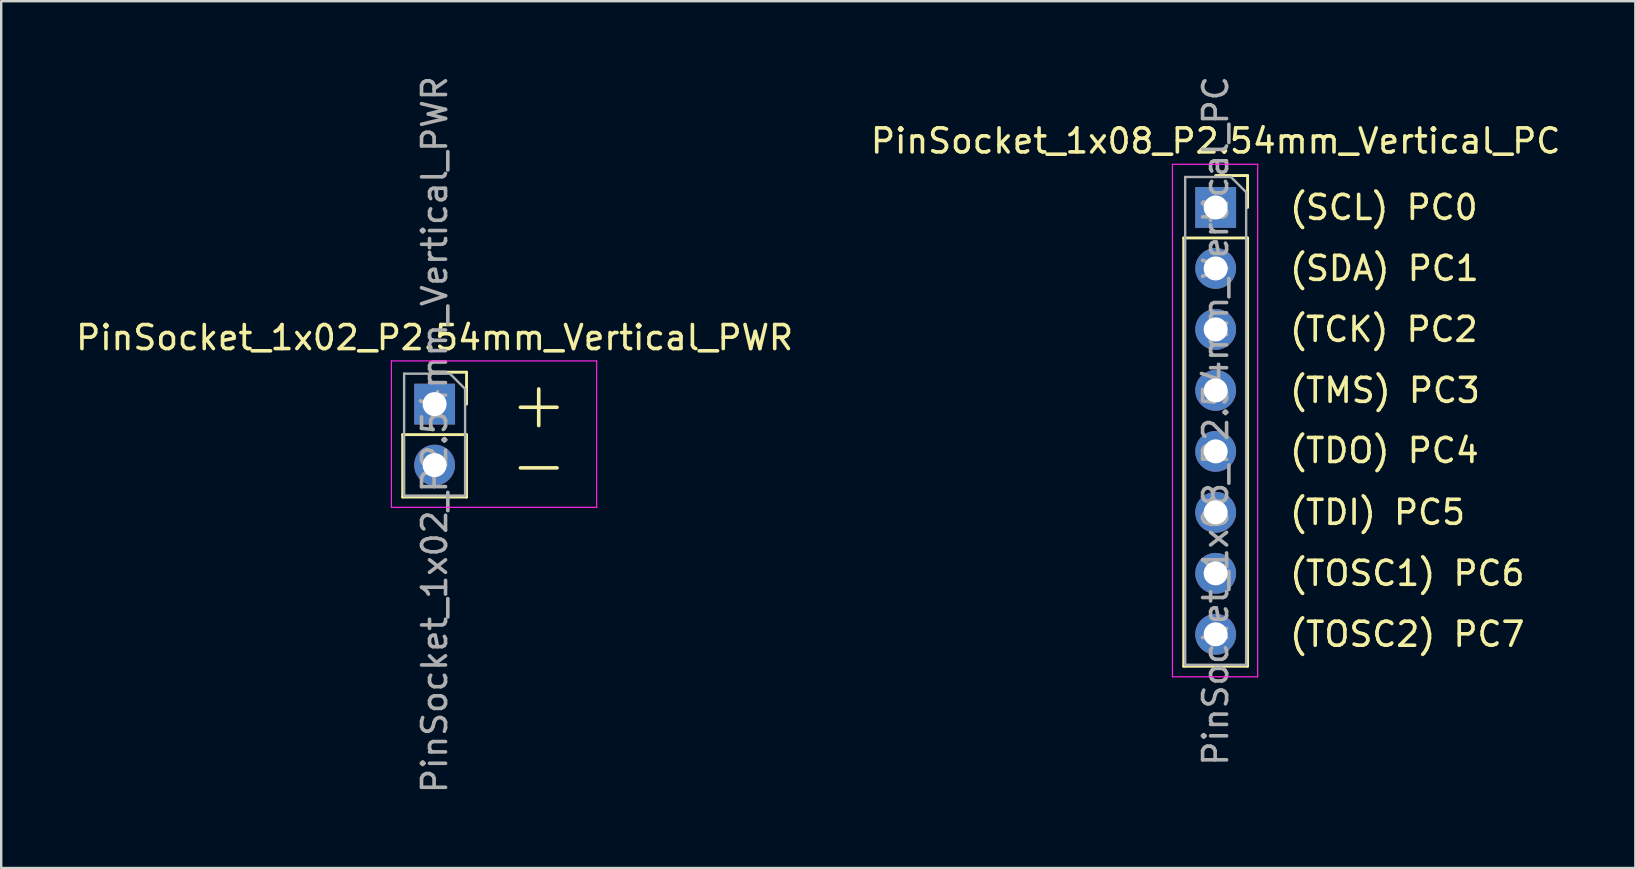
<source format=kicad_pcb>
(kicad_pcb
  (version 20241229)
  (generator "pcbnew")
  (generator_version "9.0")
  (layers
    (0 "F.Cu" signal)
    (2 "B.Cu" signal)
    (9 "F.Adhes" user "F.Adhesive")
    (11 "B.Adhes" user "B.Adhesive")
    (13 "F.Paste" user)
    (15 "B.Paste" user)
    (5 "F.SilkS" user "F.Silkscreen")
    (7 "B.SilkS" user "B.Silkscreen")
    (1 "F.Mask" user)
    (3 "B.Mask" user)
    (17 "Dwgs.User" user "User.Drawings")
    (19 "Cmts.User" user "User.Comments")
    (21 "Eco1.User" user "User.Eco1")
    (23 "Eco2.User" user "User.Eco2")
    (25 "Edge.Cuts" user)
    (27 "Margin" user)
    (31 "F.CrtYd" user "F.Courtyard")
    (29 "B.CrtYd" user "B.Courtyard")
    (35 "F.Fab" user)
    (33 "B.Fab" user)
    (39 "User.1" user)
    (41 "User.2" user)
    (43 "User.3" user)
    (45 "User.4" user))
  (footprint "PinSocket_1x08_P2.54mm_Vertical_PC"
    (layer "F.Cu")
    (at 47.589 5.592)
    (property "Reference" "PinSocket_1x08_P2.54mm_Vertical_PC" (at 0 -2.77 0) (layer "F.SilkS") (effects (font (size 1 1) (thickness 0.15))))
    (attr through_hole)
    (fp_line (start -1.33 1.27) (end -1.33 19.11) (stroke (width 0.12) (type solid)) (layer "F.SilkS"))
    (fp_line (start -1.33 1.27) (end 1.33 1.27) (stroke (width 0.12) (type solid)) (layer "F.SilkS"))
    (fp_line (start -1.33 19.11) (end 1.33 19.11) (stroke (width 0.12) (type solid)) (layer "F.SilkS"))
    (fp_line (start 0 -1.33) (end 1.33 -1.33) (stroke (width 0.12) (type solid)) (layer "F.SilkS"))
    (fp_line (start 1.33 -1.33) (end 1.33 0) (stroke (width 0.12) (type solid)) (layer "F.SilkS"))
    (fp_line (start 1.33 1.27) (end 1.33 19.11) (stroke (width 0.12) (type solid)) (layer "F.SilkS"))
    (fp_line (start -1.8 -1.8) (end 1.75 -1.8) (stroke (width 0.05) (type solid)) (layer "F.CrtYd"))
    (fp_line (start -1.8 19.55) (end -1.8 -1.8) (stroke (width 0.05) (type solid)) (layer "F.CrtYd"))
    (fp_line (start 1.75 -1.8) (end 1.75 19.55) (stroke (width 0.05) (type solid)) (layer "F.CrtYd"))
    (fp_line (start 1.75 19.55) (end -1.8 19.55) (stroke (width 0.05) (type solid)) (layer "F.CrtYd"))
    (fp_line (start -1.27 -1.27) (end 0.635 -1.27) (stroke (width 0.1) (type solid)) (layer "F.Fab"))
    (fp_line (start -1.27 19.05) (end -1.27 -1.27) (stroke (width 0.1) (type solid)) (layer "F.Fab"))
    (fp_line (start 0.635 -1.27) (end 1.27 -0.635) (stroke (width 0.1) (type solid)) (layer "F.Fab"))
    (fp_line (start 1.27 -0.635) (end 1.27 19.05) (stroke (width 0.1) (type solid)) (layer "F.Fab"))
    (fp_line (start 1.27 19.05) (end -1.27 19.05) (stroke (width 0.1) (type solid)) (layer "F.Fab"))
    (fp_text user "(SDA) PC1" (at 3 2.54 0) (layer "F.SilkS") (effects (font (size 1 1) (thickness 0.15)) (justify left)))
    (fp_text user "(SCL) PC0" (at 3 0 0) (layer "F.SilkS") (effects (font (size 1 1) (thickness 0.15)) (justify left)))
    (fp_text user "(TDI) PC5" (at 3 12.7 0) (layer "F.SilkS") (effects (font (size 1 1) (thickness 0.15)) (justify left)))
    (fp_text user "(TMS) PC3" (at 3 7.62 0) (layer "F.SilkS") (effects (font (size 1 1) (thickness 0.15)) (justify left)))
    (fp_text user "(TDO) PC4" (at 3 10.125 0) (layer "F.SilkS") (effects (font (size 1 1) (thickness 0.15)) (justify left)))
    (fp_text user "(TCK) PC2" (at 3 5.08 0) (layer "F.SilkS") (effects (font (size 1 1) (thickness 0.15)) (justify left)))
    (fp_text user "(TOSC2) PC7" (at 3 17.78 0) (layer "F.SilkS") (effects (font (size 1 1) (thickness 0.15)) (justify left)))
    (fp_text user "(TOSC1) PC6" (at 3 15.24 0) (layer "F.SilkS") (effects (font (size 1 1) (thickness 0.15)) (justify left)))
    (fp_text user "${REFERENCE}" (at 0 8.89 90) (layer "F.Fab") (effects (font (size 1 1) (thickness 0.15))))
    (pad "1" thru_hole rect (at 0 0) (size 1.7 1.7) (drill 1) (layers "*.Cu" "*.Mask"))
    (pad "2" thru_hole oval (at 0 2.54) (size 1.7 1.7) (drill 1) (layers "*.Cu" "*.Mask"))
    (pad "3" thru_hole oval (at 0 5.08) (size 1.7 1.7) (drill 1) (layers "*.Cu" "*.Mask"))
    (pad "4" thru_hole oval (at 0 7.62) (size 1.7 1.7) (drill 1) (layers "*.Cu" "*.Mask"))
    (pad "5" thru_hole oval (at 0 10.16) (size 1.7 1.7) (drill 1) (layers "*.Cu" "*.Mask"))
    (pad "6" thru_hole oval (at 0 12.7) (size 1.7 1.7) (drill 1) (layers "*.Cu" "*.Mask"))
    (pad "7" thru_hole oval (at 0 15.24) (size 1.7 1.7) (drill 1) (layers "*.Cu" "*.Mask"))
    (pad "8" thru_hole oval (at 0 17.78) (size 1.7 1.7) (drill 1) (layers "*.Cu" "*.Mask")))
  (footprint "PinSocket_1x02_P2.54mm_Vertical_PWR"
    (layer "F.Cu")
    (at 15.054 13.784)
    (property "Reference" "PinSocket_1x02_P2.54mm_Vertical_PWR" (at 0 -2.77 0) (layer "F.SilkS") (effects (font (size 1 1) (thickness 0.15))))
    (attr through_hole)
    (fp_line (start -1.33 1.27) (end -1.33 3.87) (stroke (width 0.12) (type solid)) (layer "F.SilkS"))
    (fp_line (start -1.33 1.27) (end 1.33 1.27) (stroke (width 0.12) (type solid)) (layer "F.SilkS"))
    (fp_line (start -1.33 3.87) (end 1.33 3.87) (stroke (width 0.12) (type solid)) (layer "F.SilkS"))
    (fp_line (start 0 -1.33) (end 1.33 -1.33) (stroke (width 0.12) (type solid)) (layer "F.SilkS"))
    (fp_line (start 1.33 -1.33) (end 1.33 0) (stroke (width 0.12) (type solid)) (layer "F.SilkS"))
    (fp_line (start 1.33 1.27) (end 1.33 3.87) (stroke (width 0.12) (type solid)) (layer "F.SilkS"))
    (fp_line (start -1.8 -1.8) (end 6.75 -1.8) (stroke (width 0.05) (type solid)) (layer "F.CrtYd"))
    (fp_line (start -1.8 4.3) (end -1.8 -1.8) (stroke (width 0.05) (type solid)) (layer "F.CrtYd"))
    (fp_line (start 6.75 -1.8) (end 6.75 4.3) (stroke (width 0.05) (type solid)) (layer "F.CrtYd"))
    (fp_line (start 6.75 4.3) (end -1.8 4.3) (stroke (width 0.05) (type solid)) (layer "F.CrtYd"))
    (fp_line (start -1.27 -1.27) (end 0.635 -1.27) (stroke (width 0.1) (type solid)) (layer "F.Fab"))
    (fp_line (start -1.27 3.81) (end -1.27 -1.27) (stroke (width 0.1) (type solid)) (layer "F.Fab"))
    (fp_line (start 0.635 -1.27) (end 1.27 -0.635) (stroke (width 0.1) (type solid)) (layer "F.Fab"))
    (fp_line (start 1.27 -0.635) (end 1.27 3.81) (stroke (width 0.1) (type solid)) (layer "F.Fab"))
    (fp_line (start 1.27 3.81) (end -1.27 3.81) (stroke (width 0.1) (type solid)) (layer "F.Fab"))
    (fp_text user "-" (at 3 2.5 0) (layer "F.SilkS") (effects (font (size 2 2) (thickness 0.15)) (justify left)))
    (fp_text user "+" (at 3 -0.025 0) (layer "F.SilkS") (effects (font (size 2 2) (thickness 0.15)) (justify left)))
    (fp_text user "${REFERENCE}" (at 0 1.27 90) (layer "F.Fab") (effects (font (size 1 1) (thickness 0.15))))
    (pad "1" thru_hole rect (at 0 0) (size 1.7 1.7) (drill 1) (layers "*.Cu" "*.Mask"))
    (pad "2" thru_hole oval (at 0 2.54) (size 1.7 1.7) (drill 1) (layers "*.Cu" "*.Mask")))
  (gr_rect
    (start -3 -3)
    (end 65.071 33.107)
    (stroke (width 0.1) (type default))
    (fill no)
    (layer "Edge.Cuts")))
</source>
